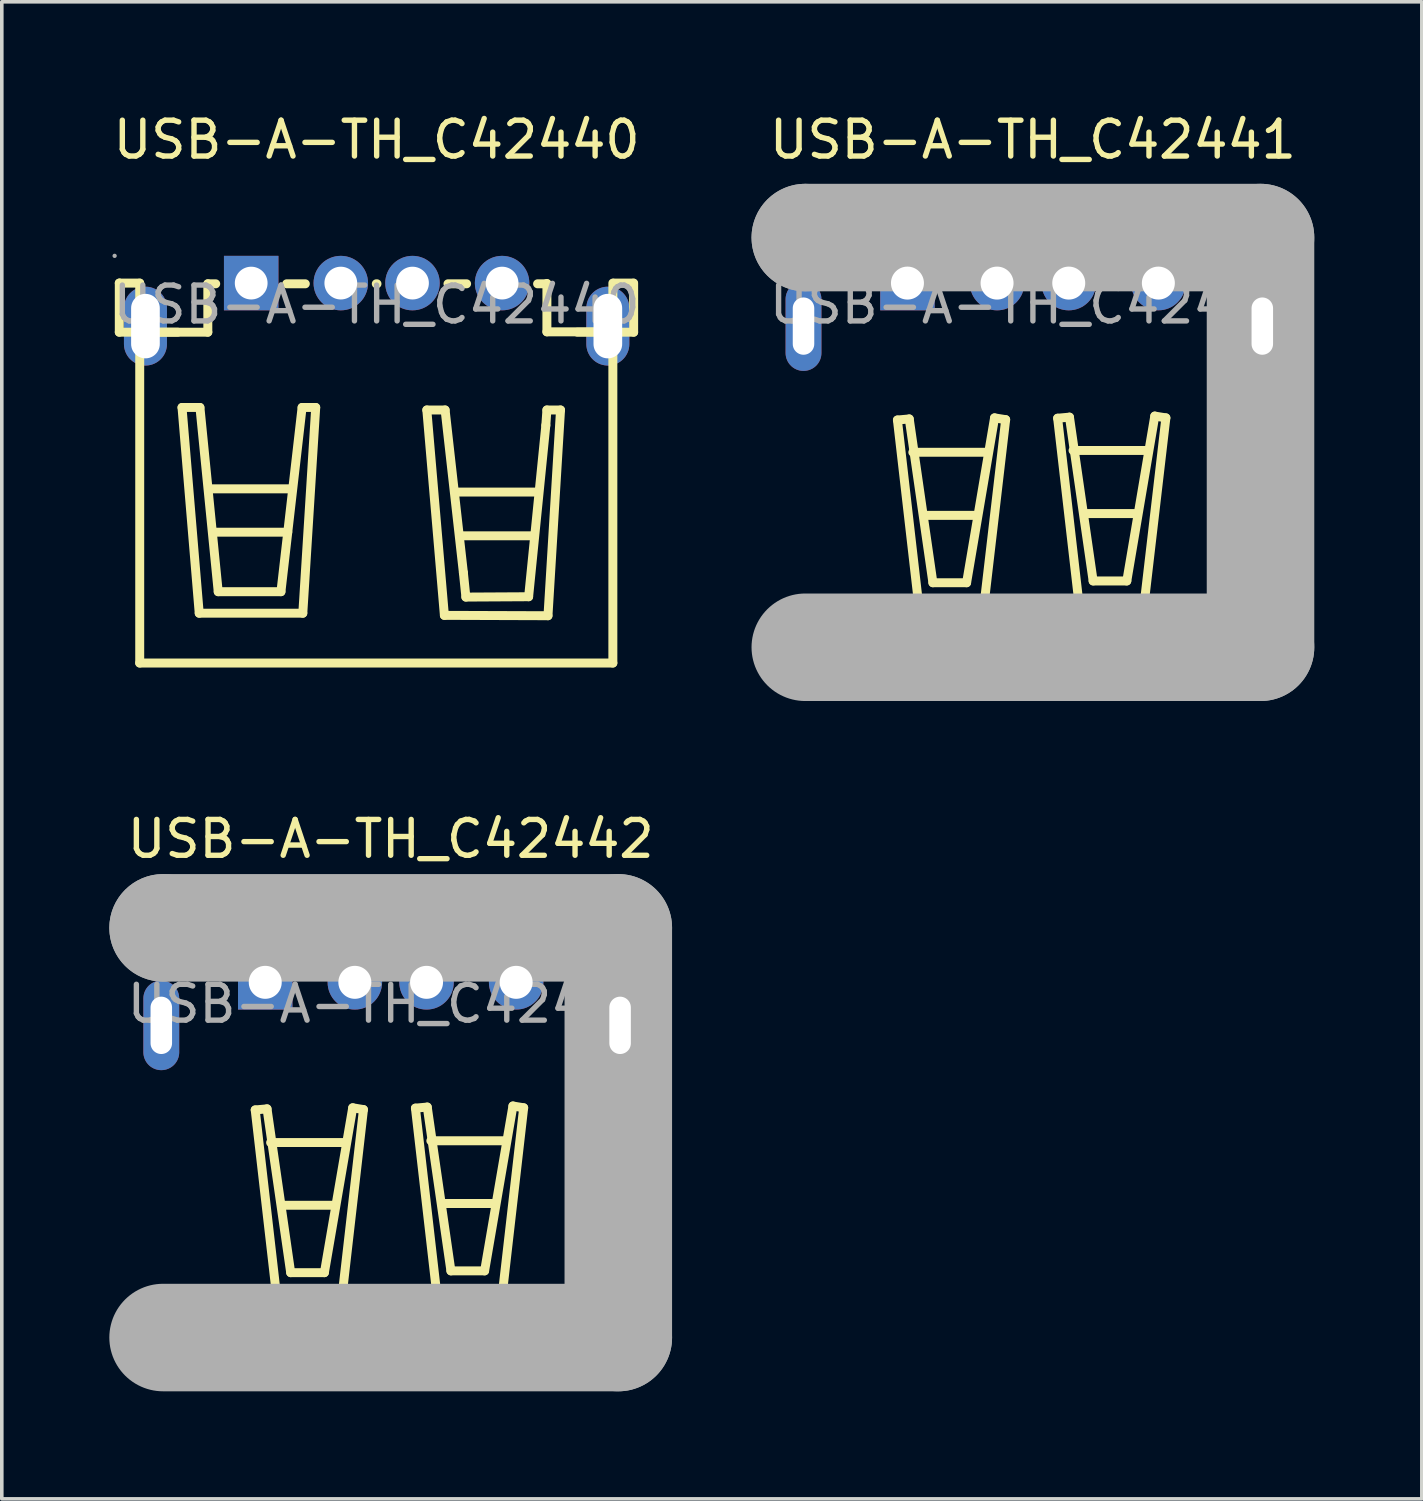
<source format=kicad_pcb>
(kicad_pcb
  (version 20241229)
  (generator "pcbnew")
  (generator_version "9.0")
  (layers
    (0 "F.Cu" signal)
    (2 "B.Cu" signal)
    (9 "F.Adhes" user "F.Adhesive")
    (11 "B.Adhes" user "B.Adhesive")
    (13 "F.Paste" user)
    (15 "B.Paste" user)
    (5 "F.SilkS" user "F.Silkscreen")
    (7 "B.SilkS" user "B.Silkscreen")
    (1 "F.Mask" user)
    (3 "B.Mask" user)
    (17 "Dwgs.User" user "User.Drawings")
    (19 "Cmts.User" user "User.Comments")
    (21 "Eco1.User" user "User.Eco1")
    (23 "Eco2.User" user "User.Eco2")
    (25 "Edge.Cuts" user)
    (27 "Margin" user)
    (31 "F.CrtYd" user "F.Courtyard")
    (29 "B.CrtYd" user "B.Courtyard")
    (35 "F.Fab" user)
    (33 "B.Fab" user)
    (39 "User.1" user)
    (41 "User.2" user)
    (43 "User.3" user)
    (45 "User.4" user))
  (footprint "USB-A-TH_C42440"
    (layer "F.Cu")
    (at 7.458 5.448)
    (property "Reference" "USB-A-TH_C42440" (at 0 -4.6 0) (layer "F.SilkS") (effects (font (size 1 1) (thickness 0.15))))
    (attr through_hole)
    (fp_line (start -7.18 -0.6) (end -7.18 -0.6) (stroke (width 0.25) (type solid)) (layer "F.SilkS"))
    (fp_line (start -7.18 -0.6) (end -7.18 0.77) (stroke (width 0.25) (type solid)) (layer "F.SilkS"))
    (fp_line (start -7.18 0.77) (end -5.55 0.77) (stroke (width 0.25) (type solid)) (layer "F.SilkS"))
    (fp_line (start -6.61 -0.6) (end -7.16 -0.6) (stroke (width 0.25) (type solid)) (layer "F.SilkS"))
    (fp_line (start -6.61 -0.6) (end -6.61 10) (stroke (width 0.25) (type solid)) (layer "F.SilkS"))
    (fp_line (start -6.61 10) (end 6.59 10) (stroke (width 0.25) (type solid)) (layer "F.SilkS"))
    (fp_line (start -5.43 2.87) (end -4.93 2.87) (stroke (width 0.25) (type solid)) (layer "F.SilkS"))
    (fp_line (start -4.95 8.61) (end -5.43 2.87) (stroke (width 0.25) (type solid)) (layer "F.SilkS"))
    (fp_line (start -4.93 2.87) (end -4.42 8.01) (stroke (width 0.25) (type solid)) (layer "F.SilkS"))
    (fp_line (start -4.71 -0.58) (end -4.71 0.77) (stroke (width 0.25) (type solid)) (layer "F.SilkS"))
    (fp_line (start -4.71 -0.58) (end -4.49 -0.58) (stroke (width 0.25) (type solid)) (layer "F.SilkS"))
    (fp_line (start -4.71 0.77) (end -6.59 0.77) (stroke (width 0.25) (type solid)) (layer "F.SilkS"))
    (fp_line (start -4.65 5.14) (end -2.39 5.14) (stroke (width 0.25) (type solid)) (layer "F.SilkS"))
    (fp_line (start -4.51 6.35) (end -2.48 6.35) (stroke (width 0.25) (type solid)) (layer "F.SilkS"))
    (fp_line (start -4.42 8.01) (end -2.67 8.01) (stroke (width 0.25) (type solid)) (layer "F.SilkS"))
    (fp_line (start -2.67 8.01) (end -2.08 2.87) (stroke (width 0.25) (type solid)) (layer "F.SilkS"))
    (fp_line (start -2.51 -0.58) (end -1.99 -0.58) (stroke (width 0.25) (type solid)) (layer "F.SilkS"))
    (fp_line (start -2.08 2.87) (end -1.7 2.87) (stroke (width 0.25) (type solid)) (layer "F.SilkS"))
    (fp_line (start -2.06 8.61) (end -4.95 8.61) (stroke (width 0.25) (type solid)) (layer "F.SilkS"))
    (fp_line (start -1.7 2.87) (end -2.06 8.61) (stroke (width 0.25) (type solid)) (layer "F.SilkS"))
    (fp_line (start -0.01 -0.58) (end 0.01 -0.58) (stroke (width 0.25) (type solid)) (layer "F.SilkS"))
    (fp_line (start 1.4 2.94) (end 1.91 2.94) (stroke (width 0.25) (type solid)) (layer "F.SilkS"))
    (fp_line (start 1.89 8.67) (end 1.4 2.94) (stroke (width 0.25) (type solid)) (layer "F.SilkS"))
    (fp_line (start 1.91 2.94) (end 2.42 7.48) (stroke (width 0.25) (type solid)) (layer "F.SilkS"))
    (fp_line (start 1.99 -0.58) (end 2.51 -0.58) (stroke (width 0.25) (type solid)) (layer "F.SilkS"))
    (fp_line (start 2.23 5.23) (end 4.49 5.23) (stroke (width 0.25) (type solid)) (layer "F.SilkS"))
    (fp_line (start 2.37 6.45) (end 4.4 6.45) (stroke (width 0.25) (type solid)) (layer "F.SilkS"))
    (fp_line (start 2.42 7.48) (end 2.49 8.16) (stroke (width 0.25) (type solid)) (layer "F.SilkS"))
    (fp_line (start 2.49 8.16) (end 4.24 8.15) (stroke (width 0.25) (type solid)) (layer "F.SilkS"))
    (fp_line (start 4.24 8.15) (end 4.72 3.37) (stroke (width 0.25) (type solid)) (layer "F.SilkS"))
    (fp_line (start 4.49 -0.58) (end 4.75 -0.58) (stroke (width 0.25) (type solid)) (layer "F.SilkS"))
    (fp_line (start 4.72 3.37) (end 4.75 2.94) (stroke (width 0.25) (type solid)) (layer "F.SilkS"))
    (fp_line (start 4.75 -0.59) (end 4.75 0.76) (stroke (width 0.25) (type solid)) (layer "F.SilkS"))
    (fp_line (start 4.75 0.76) (end 6.63 0.76) (stroke (width 0.25) (type solid)) (layer "F.SilkS"))
    (fp_line (start 4.75 2.94) (end 5.13 2.94) (stroke (width 0.25) (type solid)) (layer "F.SilkS"))
    (fp_line (start 4.78 8.68) (end 1.89 8.67) (stroke (width 0.25) (type solid)) (layer "F.SilkS"))
    (fp_line (start 5.13 2.94) (end 4.78 8.68) (stroke (width 0.25) (type solid)) (layer "F.SilkS"))
    (fp_line (start 6.59 -0.6) (end 6.59 10) (stroke (width 0.25) (type solid)) (layer "F.SilkS"))
    (fp_line (start 6.61 -0.6) (end 7.16 -0.6) (stroke (width 0.25) (type solid)) (layer "F.SilkS"))
    (fp_line (start 7.17 -0.6) (end 7.17 0.77) (stroke (width 0.25) (type solid)) (layer "F.SilkS"))
    (fp_line (start 7.17 0.77) (end 5.6 0.77) (stroke (width 0.25) (type solid)) (layer "F.SilkS"))
    (fp_circle (center -7.31 -1.36) (end -7.28 -1.36) (stroke (width 0.06) (type solid)) (fill no) (layer "F.Fab"))
    (fp_circle (center -3.5 -0.6) (end -3.32 -0.6) (stroke (width 0.36) (type solid)) (fill no) (layer "F.Fab"))
    (fp_circle (center -1 -0.6) (end -0.82 -0.6) (stroke (width 0.36) (type solid)) (fill no) (layer "F.Fab"))
    (fp_circle (center 1 -0.6) (end 1.18 -0.6) (stroke (width 0.36) (type solid)) (fill no) (layer "F.Fab"))
    (fp_circle (center 3.5 -0.6) (end 3.68 -0.6) (stroke (width 0.36) (type solid)) (fill no) (layer "F.Fab"))
    (fp_text user "${REFERENCE}" (at 0 0 0) (layer "F.Fab") (effects (font (size 1 1) (thickness 0.15))))
    (pad "1" thru_hole rect (at -3.5 -0.6) (size 1.52 1.52) (drill 0.914) (layers "*.Cu" "*.Paste" "*.Mask"))
    (pad "2" thru_hole circle (at -1 -0.6) (size 1.52 1.52) (drill 0.914) (layers "*.Cu" "*.Paste" "*.Mask"))
    (pad "3" thru_hole circle (at 1 -0.6) (size 1.52 1.52) (drill 0.914) (layers "*.Cu" "*.Paste" "*.Mask"))
    (pad "4" thru_hole circle (at 3.5 -0.6) (size 1.52 1.52) (drill 0.914) (layers "*.Cu" "*.Paste" "*.Mask"))
    (pad "5" thru_hole oval (at -6.45 0.6 270) (size 2.2 1.2) (drill oval 1.8 0.8) (layers "*.Cu" "*.Paste" "*.Mask"))
    (pad "6" thru_hole oval (at 6.45 0.6 90) (size 2.2 1.2) (drill oval 1.8 0.8) (layers "*.Cu" "*.Paste" "*.Mask")))
  (footprint "USB-A-TH_C42442"
    (layer "F.Cu")
    (at 7.85 24.956)
    (property "Reference" "USB-A-TH_C42442" (at 0 -4.6 0) (layer "F.SilkS") (effects (font (size 1 1) (thickness 0.15))))
    (attr through_hole)
    (fp_line (start -3.78 2.96) (end -3.2 8.01) (stroke (width 0.25) (type solid)) (layer "F.SilkS"))
    (fp_line (start -3.45 2.93) (end -3.78 2.96) (stroke (width 0.25) (type solid)) (layer "F.SilkS"))
    (fp_line (start -3.35 3.87) (end -1.27 3.87) (stroke (width 0.25) (type solid)) (layer "F.SilkS"))
    (fp_line (start -3.2 8.01) (end -1.34 8.01) (stroke (width 0.25) (type solid)) (layer "F.SilkS"))
    (fp_line (start -3.02 5.62) (end -1.57 5.62) (stroke (width 0.25) (type solid)) (layer "F.SilkS"))
    (fp_line (start -2.79 7.5) (end -3.45 2.93) (stroke (width 0.25) (type solid)) (layer "F.SilkS"))
    (fp_line (start -1.85 7.5) (end -2.79 7.5) (stroke (width 0.25) (type solid)) (layer "F.SilkS"))
    (fp_line (start -1.34 8.01) (end -0.76 2.95) (stroke (width 0.25) (type solid)) (layer "F.SilkS"))
    (fp_line (start -1.06 2.9) (end -1.85 7.5) (stroke (width 0.25) (type solid)) (layer "F.SilkS"))
    (fp_line (start -0.76 2.95) (end -1.06 2.9) (stroke (width 0.25) (type solid)) (layer "F.SilkS"))
    (fp_line (start 0.69 2.91) (end 1.02 2.88) (stroke (width 0.25) (type solid)) (layer "F.SilkS"))
    (fp_line (start 1.02 2.88) (end 1.68 7.45) (stroke (width 0.25) (type solid)) (layer "F.SilkS"))
    (fp_line (start 1.12 3.82) (end 3.2 3.82) (stroke (width 0.25) (type solid)) (layer "F.SilkS"))
    (fp_line (start 1.27 7.96) (end 0.69 2.91) (stroke (width 0.25) (type solid)) (layer "F.SilkS"))
    (fp_line (start 1.45 5.57) (end 2.9 5.57) (stroke (width 0.25) (type solid)) (layer "F.SilkS"))
    (fp_line (start 1.68 7.45) (end 2.62 7.45) (stroke (width 0.25) (type solid)) (layer "F.SilkS"))
    (fp_line (start 2.62 7.45) (end 3.41 2.85) (stroke (width 0.25) (type solid)) (layer "F.SilkS"))
    (fp_line (start 3.13 7.96) (end 1.27 7.96) (stroke (width 0.25) (type solid)) (layer "F.SilkS"))
    (fp_line (start 3.41 2.85) (end 3.71 2.9) (stroke (width 0.25) (type solid)) (layer "F.SilkS"))
    (fp_line (start 3.71 2.9) (end 3.13 7.96) (stroke (width 0.25) (type solid)) (layer "F.SilkS"))
    (fp_line (start -6.35 -2.12) (end -6.35 -2.12) (stroke (width 3) (type solid)) (layer "F.Fab"))
    (fp_line (start -6.35 -2.12) (end 6.35 -2.12) (stroke (width 3) (type solid)) (layer "F.Fab"))
    (fp_line (start 6.35 -2.12) (end 6.35 9.31) (stroke (width 3) (type solid)) (layer "F.Fab"))
    (fp_line (start 6.35 9.31) (end -6.35 9.31) (stroke (width 3) (type solid)) (layer "F.Fab"))
    (fp_circle (center -6.9 -2.25) (end -6.87 -2.25) (stroke (width 0.06) (type solid)) (fill no) (layer "F.Fab"))
    (fp_circle (center -3.5 -0.6) (end -3.32 -0.6) (stroke (width 0.36) (type solid)) (fill no) (layer "F.Fab"))
    (fp_circle (center -1 -0.6) (end -0.82 -0.6) (stroke (width 0.36) (type solid)) (fill no) (layer "F.Fab"))
    (fp_circle (center 1 -0.6) (end 1.18 -0.6) (stroke (width 0.36) (type solid)) (fill no) (layer "F.Fab"))
    (fp_circle (center 3.5 -0.6) (end 3.68 -0.6) (stroke (width 0.36) (type solid)) (fill no) (layer "F.Fab"))
    (fp_text user "${REFERENCE}" (at 0 0 0) (layer "F.Fab") (effects (font (size 1 1) (thickness 0.15))))
    (pad "1" thru_hole rect (at -3.5 -0.6) (size 1.52 1.52) (drill 0.92) (layers "*.Cu" "*.Paste" "*.Mask"))
    (pad "2" thru_hole circle (at -1 -0.6) (size 1.52 1.52) (drill 0.92) (layers "*.Cu" "*.Paste" "*.Mask"))
    (pad "3" thru_hole circle (at 1 -0.6) (size 1.52 1.52) (drill 0.92) (layers "*.Cu" "*.Paste" "*.Mask"))
    (pad "4" thru_hole circle (at 3.5 -0.6) (size 1.52 1.52) (drill 0.92) (layers "*.Cu" "*.Paste" "*.Mask"))
    (pad "5" thru_hole oval (at 6.4 0.6) (size 1 2.5) (drill oval 0.6 1.6) (layers "*.Cu" "*.Paste" "*.Mask"))
    (pad "6" thru_hole oval (at -6.4 0.6) (size 1 2.5) (drill oval 0.6 1.6) (layers "*.Cu" "*.Paste" "*.Mask")))
  (footprint "USB-A-TH_C42441"
    (layer "F.Cu")
    (at 25.767 5.448)
    (property "Reference" "USB-A-TH_C42441" (at 0 -4.6 0) (layer "F.SilkS") (effects (font (size 1 1) (thickness 0.15))))
    (attr through_hole)
    (fp_line (start -3.78 3.22) (end -3.2 8.26) (stroke (width 0.25) (type solid)) (layer "F.SilkS"))
    (fp_line (start -3.45 3.19) (end -3.78 3.22) (stroke (width 0.25) (type solid)) (layer "F.SilkS"))
    (fp_line (start -3.35 4.12) (end -1.27 4.12) (stroke (width 0.25) (type solid)) (layer "F.SilkS"))
    (fp_line (start -3.2 8.26) (end -1.35 8.26) (stroke (width 0.25) (type solid)) (layer "F.SilkS"))
    (fp_line (start -3.02 5.88) (end -1.57 5.88) (stroke (width 0.25) (type solid)) (layer "F.SilkS"))
    (fp_line (start -2.79 7.76) (end -3.45 3.19) (stroke (width 0.25) (type solid)) (layer "F.SilkS"))
    (fp_line (start -1.85 7.76) (end -2.79 7.76) (stroke (width 0.25) (type solid)) (layer "F.SilkS"))
    (fp_line (start -1.35 8.26) (end -0.76 3.21) (stroke (width 0.25) (type solid)) (layer "F.SilkS"))
    (fp_line (start -1.07 3.16) (end -1.85 7.76) (stroke (width 0.25) (type solid)) (layer "F.SilkS"))
    (fp_line (start -0.76 3.21) (end -1.07 3.16) (stroke (width 0.25) (type solid)) (layer "F.SilkS"))
    (fp_line (start 0.69 3.17) (end 1.02 3.14) (stroke (width 0.25) (type solid)) (layer "F.SilkS"))
    (fp_line (start 1.02 3.14) (end 1.68 7.71) (stroke (width 0.25) (type solid)) (layer "F.SilkS"))
    (fp_line (start 1.12 4.07) (end 3.2 4.07) (stroke (width 0.25) (type solid)) (layer "F.SilkS"))
    (fp_line (start 1.27 8.21) (end 0.69 3.17) (stroke (width 0.25) (type solid)) (layer "F.SilkS"))
    (fp_line (start 1.45 5.83) (end 2.9 5.83) (stroke (width 0.25) (type solid)) (layer "F.SilkS"))
    (fp_line (start 1.68 7.71) (end 2.62 7.71) (stroke (width 0.25) (type solid)) (layer "F.SilkS"))
    (fp_line (start 2.62 7.71) (end 3.4 3.11) (stroke (width 0.25) (type solid)) (layer "F.SilkS"))
    (fp_line (start 3.12 8.21) (end 1.27 8.21) (stroke (width 0.25) (type solid)) (layer "F.SilkS"))
    (fp_line (start 3.4 3.11) (end 3.71 3.16) (stroke (width 0.25) (type solid)) (layer "F.SilkS"))
    (fp_line (start 3.71 3.16) (end 3.12 8.21) (stroke (width 0.25) (type solid)) (layer "F.SilkS"))
    (fp_line (start -6.35 -1.87) (end -6.35 -1.87) (stroke (width 3) (type solid)) (layer "F.Fab"))
    (fp_line (start -6.35 -1.87) (end 6.35 -1.87) (stroke (width 3) (type solid)) (layer "F.Fab"))
    (fp_line (start 6.35 -1.87) (end 6.35 9.56) (stroke (width 3) (type solid)) (layer "F.Fab"))
    (fp_line (start 6.35 9.56) (end -6.35 9.56) (stroke (width 3) (type solid)) (layer "F.Fab"))
    (fp_circle (center -6.9 -2) (end -6.87 -2) (stroke (width 0.06) (type solid)) (fill no) (layer "F.Fab"))
    (fp_circle (center -3.5 -0.6) (end -3.32 -0.6) (stroke (width 0.36) (type solid)) (fill no) (layer "F.Fab"))
    (fp_circle (center -1 -0.6) (end -0.82 -0.6) (stroke (width 0.36) (type solid)) (fill no) (layer "F.Fab"))
    (fp_circle (center 1 -0.6) (end 1.18 -0.6) (stroke (width 0.36) (type solid)) (fill no) (layer "F.Fab"))
    (fp_circle (center 3.5 -0.6) (end 3.68 -0.6) (stroke (width 0.36) (type solid)) (fill no) (layer "F.Fab"))
    (fp_text user "${REFERENCE}" (at 0 0 0) (layer "F.Fab") (effects (font (size 1 1) (thickness 0.15))))
    (pad "1" thru_hole rect (at -3.5 -0.6) (size 1.52 1.52) (drill 0.92) (layers "*.Cu" "*.Paste" "*.Mask"))
    (pad "2" thru_hole circle (at -1 -0.6) (size 1.52 1.52) (drill 0.92) (layers "*.Cu" "*.Paste" "*.Mask"))
    (pad "3" thru_hole circle (at 1 -0.6) (size 1.52 1.52) (drill 0.92) (layers "*.Cu" "*.Paste" "*.Mask"))
    (pad "4" thru_hole circle (at 3.5 -0.6) (size 1.52 1.52) (drill 0.92) (layers "*.Cu" "*.Paste" "*.Mask"))
    (pad "5" thru_hole oval (at 6.4 0.6) (size 1 2.5) (drill oval 0.6 1.598) (layers "*.Cu" "*.Paste" "*.Mask"))
    (pad "6" thru_hole oval (at -6.4 0.6) (size 1 2.5) (drill oval 0.6 1.598) (layers "*.Cu" "*.Paste" "*.Mask")))
  (gr_rect
    (start -3 -3)
    (end 36.617 38.767)
    (stroke (width 0.1) (type default))
    (fill no)
    (layer "Edge.Cuts")))
</source>
